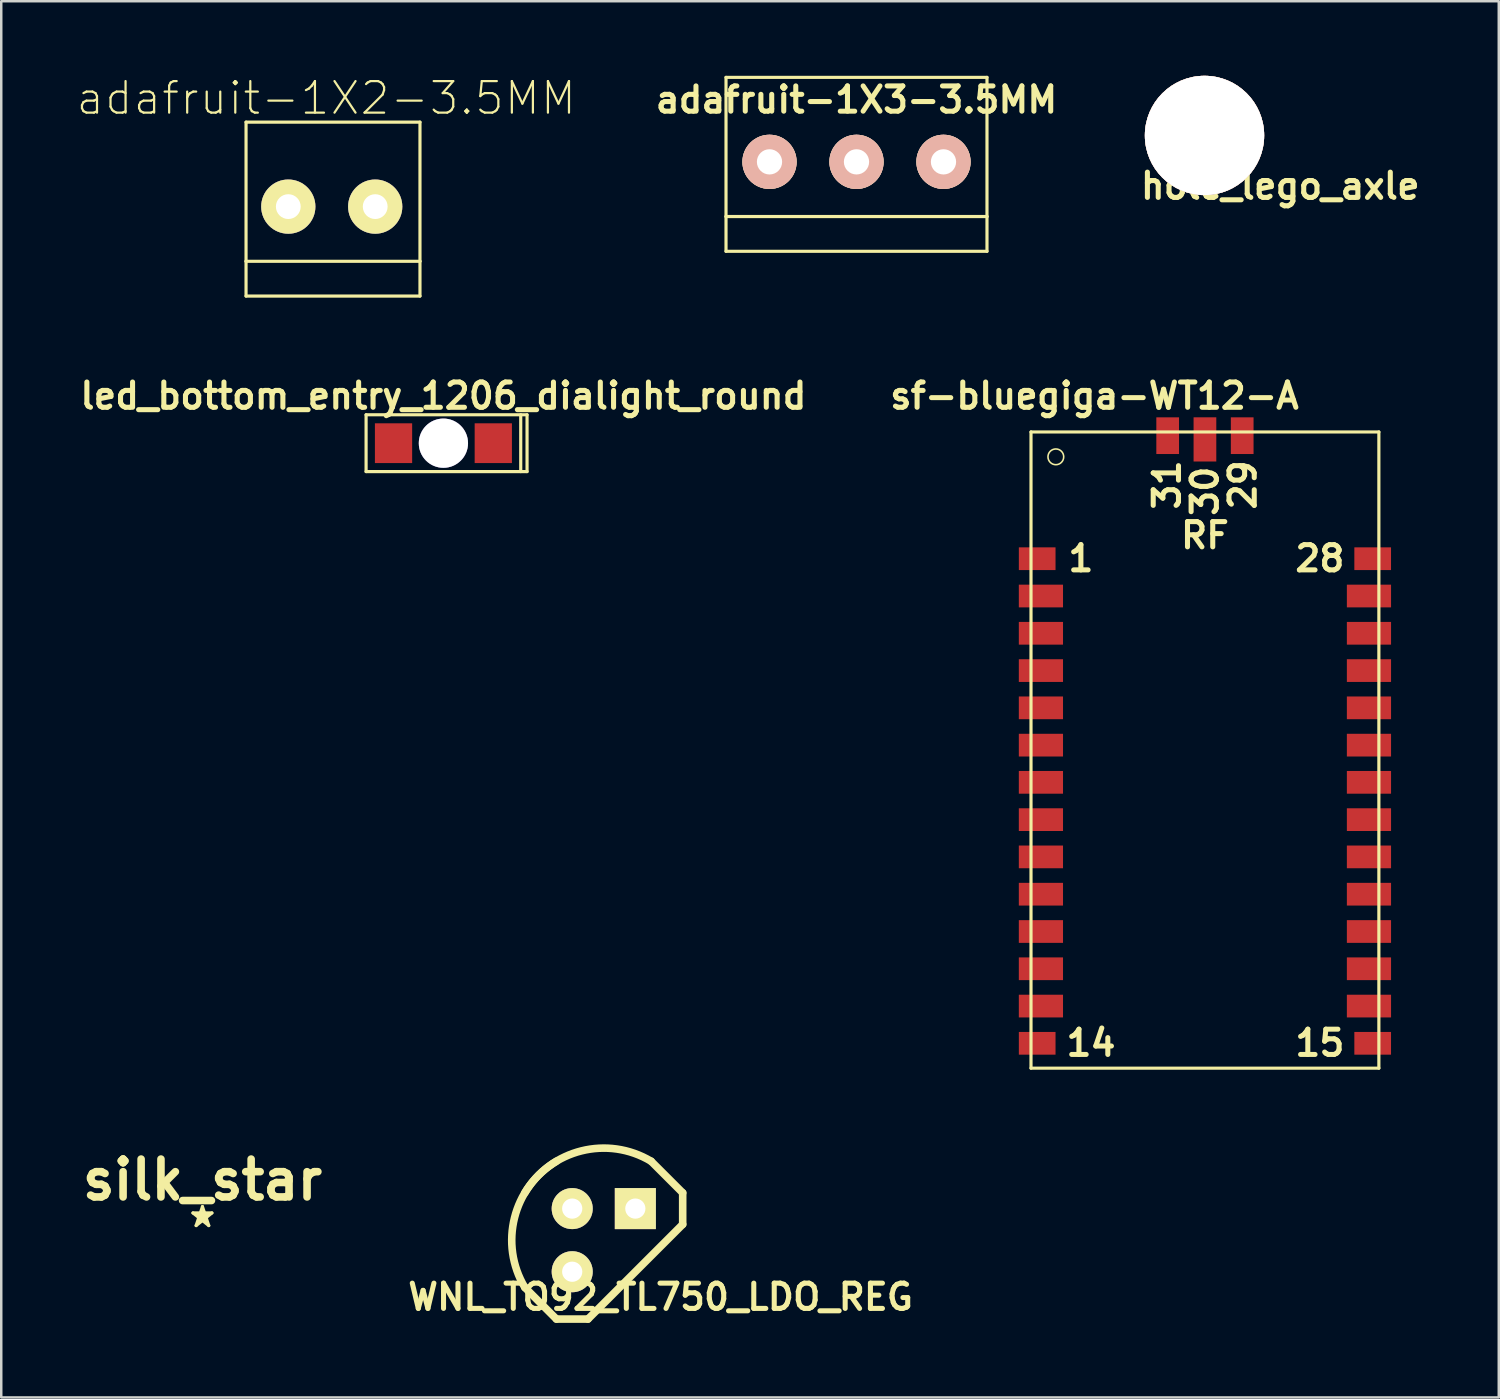
<source format=kicad_pcb>
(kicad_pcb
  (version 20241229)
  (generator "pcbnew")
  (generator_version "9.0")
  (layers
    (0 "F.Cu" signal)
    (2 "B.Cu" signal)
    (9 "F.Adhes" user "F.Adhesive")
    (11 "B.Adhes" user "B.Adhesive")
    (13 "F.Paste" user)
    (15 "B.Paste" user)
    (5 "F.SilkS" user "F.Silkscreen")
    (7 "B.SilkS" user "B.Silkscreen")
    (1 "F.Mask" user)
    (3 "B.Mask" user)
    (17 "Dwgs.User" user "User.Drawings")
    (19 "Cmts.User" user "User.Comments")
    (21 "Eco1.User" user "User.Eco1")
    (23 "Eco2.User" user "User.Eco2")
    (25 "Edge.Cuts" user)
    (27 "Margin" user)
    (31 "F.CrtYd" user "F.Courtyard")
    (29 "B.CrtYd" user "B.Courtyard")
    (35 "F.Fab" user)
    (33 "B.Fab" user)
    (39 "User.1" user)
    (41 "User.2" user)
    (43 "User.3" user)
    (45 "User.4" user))
  (footprint "led_bottom_entry_1206_dialight_round"
    (layer "F.Cu")
    (at 14.79 14.781)
    (property "Reference" "led_bottom_entry_1206_dialight_round" (at 0 -1.905 0) (layer "F.SilkS") (effects (font (size 1.016 1.016) (thickness 0.203))))
    (attr smd)
    (fp_line (start -3.111 -1.143) (end 3.365 -1.143) (stroke (width 0.127) (type solid)) (layer "F.SilkS"))
    (fp_line (start -3.111 1.143) (end -3.111 -1.143) (stroke (width 0.127) (type solid)) (layer "F.SilkS"))
    (fp_line (start 3.111 -1.143) (end 3.111 1.143) (stroke (width 0.127) (type solid)) (layer "F.SilkS"))
    (fp_line (start 3.365 -1.143) (end 3.365 1.143) (stroke (width 0.127) (type solid)) (layer "F.SilkS"))
    (fp_line (start 3.365 1.143) (end -3.111 1.143) (stroke (width 0.127) (type solid)) (layer "F.SilkS"))
    (pad "0" thru_hole circle (at 0 0) (size 1.981 1.981) (drill 1.981) (layers "B.Cu"))
    (pad "1" smd rect (at -2.007 0) (size 1.499 1.6) (layers "F.Cu" "F.Mask" "F.Paste"))
    (pad "2" smd rect (at 2.007 0) (size 1.499 1.6) (layers "F.Cu" "F.Mask" "F.Paste")))
  (footprint "WNL_TO92_TL750_LDO_REG"
    (layer "F.Cu")
    (at 21.242 46.846)
    (property "Reference" "WNL_TO92_TL750_LDO_REG" (at 2.286 2.286 0) (layer "F.SilkS") (effects (font (size 1.016 1.016) (thickness 0.203))))
    (attr through_hole)
    (fp_line (start -3.175 1.905) (end -1.905 3.175) (stroke (width 0.305) (type solid)) (layer "F.SilkS"))
    (fp_line (start -1.905 3.175) (end -0.635 3.175) (stroke (width 0.305) (type solid)) (layer "F.SilkS"))
    (fp_line (start -0.635 3.175) (end 3.175 -0.635) (stroke (width 0.305) (type solid)) (layer "F.SilkS"))
    (fp_line (start 3.175 -1.905) (end 1.905 -3.175) (stroke (width 0.305) (type solid)) (layer "F.SilkS"))
    (fp_line (start 3.175 -0.635) (end 3.175 -1.905) (stroke (width 0.305) (type solid)) (layer "F.SilkS"))
    (fp_arc (start -3.175 -1.905) (mid -0.898026 -3.592102) (end 1.905 -3.175) (stroke (width 0.3048) (type solid)) (layer "F.SilkS"))
    (fp_arc (start -3.175 1.905) (mid -3.592102 -0.898026) (end -1.905 -3.175) (stroke (width 0.3048) (type solid)) (layer "F.SilkS"))
    (pad "COM" thru_hole circle (at -1.27 -1.27) (size 1.651 1.651) (drill 0.813) (layers "*.Cu" "*.Mask" "F.SilkS"))
    (pad "VIN" thru_hole rect (at 1.27 -1.27) (size 1.651 1.651) (drill 0.813) (layers "*.Cu" "*.Mask" "F.SilkS"))
    (pad "VO" thru_hole circle (at -1.27 1.27) (size 1.651 1.651) (drill 0.813) (layers "*.Cu" "*.Mask" "F.SilkS")))
  (footprint "sf-bluegiga-WT12-A"
    (layer "F.Cu")
    (at 45.429 27.128)
    (property "Reference" "sf-bluegiga-WT12-A" (at -4.445 -14.252 0) (layer "F.SilkS") (effects (font (size 1.016 1.016) (thickness 0.203))))
    (attr smd)
    (fp_line (start -6.998 -12.799) (end 6.998 -12.799) (stroke (width 0.127) (type solid)) (layer "F.SilkS"))
    (fp_line (start -6.998 12.799) (end -6.998 -12.799) (stroke (width 0.127) (type solid)) (layer "F.SilkS"))
    (fp_line (start 6.998 -12.799) (end 6.998 12.799) (stroke (width 0.127) (type solid)) (layer "F.SilkS"))
    (fp_line (start 6.998 12.799) (end -6.998 12.799) (stroke (width 0.127) (type solid)) (layer "F.SilkS"))
    (fp_circle (center -5.999 -11.798) (end -6.223 -12.022) (stroke (width 0.064) (type solid)) (fill no) (layer "F.SilkS"))
    (fp_text user "15" (at 4.623 11.786 0) (layer "F.SilkS") (effects (font (size 1.016 1.016) (thickness 0.203))))
    (fp_text user "RF" (at 0 -8.636 0) (layer "F.SilkS") (effects (font (size 1.016 1.016) (thickness 0.203))))
    (fp_text user "14" (at -4.585 11.786 0) (layer "F.SilkS") (effects (font (size 1.016 1.016) (thickness 0.203))))
    (fp_text user "1" (at -4.991 -7.709 0) (layer "F.SilkS") (effects (font (size 1.016 1.016) (thickness 0.203))))
    (fp_text user "31" (at -1.524 -10.668 90) (layer "F.SilkS") (effects (font (size 1.016 1.016) (thickness 0.203))))
    (fp_text user "29" (at 1.524 -10.668 90) (layer "F.SilkS") (effects (font (size 1.016 1.016) (thickness 0.203))))
    (fp_text user "28" (at 4.623 -7.709 0) (layer "F.SilkS") (effects (font (size 1.016 1.016) (thickness 0.203))))
    (fp_text user "30" (at 0 -10.414 90) (layer "F.SilkS") (effects (font (size 1.016 1.016) (thickness 0.203))))
    (pad "GND1" smd rect (at -6.749 -7.699) (size 1.476 0.914) (layers "F.Cu" "F.Mask" "F.Paste"))
    (pad "GND2" smd rect (at -6.749 11.798) (size 1.476 0.914) (layers "F.Cu" "F.Mask" "F.Paste"))
    (pad "GND3" smd rect (at 6.749 11.798) (size 1.476 0.914) (layers "F.Cu" "F.Mask" "F.Paste"))
    (pad "GND4" smd rect (at 6.749 -7.699) (size 1.476 0.914) (layers "F.Cu" "F.Mask" "F.Paste"))
    (pad "MISO" smd rect (at 6.599 -0.198) (size 1.778 0.914) (layers "F.Cu" "F.Mask" "F.Paste"))
    (pad "MOSI" smd rect (at 6.599 -1.699) (size 1.778 0.914) (layers "F.Cu" "F.Mask" "F.Paste"))
    (pad "NC" smd rect (at 6.599 -6.198) (size 1.778 0.914) (layers "F.Cu" "F.Mask" "F.Paste"))
    (pad "NCSB" smd rect (at 6.599 2.799) (size 1.778 0.914) (layers "F.Cu" "F.Mask" "F.Paste"))
    (pad "NCTS" smd rect (at -6.599 5.799) (size 1.778 0.914) (layers "F.Cu" "F.Mask" "F.Paste"))
    (pad "NRTS" smd rect (at -6.599 -1.699) (size 1.778 0.914) (layers "F.Cu" "F.Mask" "F.Paste"))
    (pad "PCMC" smd rect (at -6.599 8.799) (size 1.778 0.914) (layers "F.Cu" "F.Mask" "F.Paste"))
    (pad "PCMI" smd rect (at -6.599 7.3) (size 1.778 0.914) (layers "F.Cu" "F.Mask" "F.Paste"))
    (pad "PCMO" smd rect (at -6.599 1.298) (size 1.778 0.914) (layers "F.Cu" "F.Mask" "F.Paste"))
    (pad "PCMS" smd rect (at -6.599 10.3) (size 1.778 0.914) (layers "F.Cu" "F.Mask" "F.Paste"))
    (pad "PIO2" smd rect (at -6.599 -4.699) (size 1.778 0.914) (layers "F.Cu" "F.Mask" "F.Paste"))
    (pad "PIO3" smd rect (at -6.599 -3.198) (size 1.778 0.914) (layers "F.Cu" "F.Mask" "F.Paste"))
    (pad "PIO4" smd rect (at 6.599 4.298) (size 1.778 0.914) (layers "F.Cu" "F.Mask" "F.Paste"))
    (pad "PIO5" smd rect (at 6.599 -3.198) (size 1.778 0.914) (layers "F.Cu" "F.Mask" "F.Paste"))
    (pad "PIO6" smd rect (at 6.599 7.3) (size 1.778 0.914) (layers "F.Cu" "F.Mask" "F.Paste"))
    (pad "PIO7" smd rect (at 6.599 5.799) (size 1.778 0.914) (layers "F.Cu" "F.Mask" "F.Paste"))
    (pad "RES" smd rect (at 6.599 8.799) (size 1.778 0.914) (layers "F.Cu" "F.Mask" "F.Paste"))
    (pad "RF" smd rect (at 0 -12.499) (size 0.914 1.778) (layers "F.Cu" "F.Mask" "F.Paste"))
    (pad "RFGN" smd rect (at -1.499 -12.649) (size 0.914 1.476) (layers "F.Cu" "F.Mask" "F.Paste"))
    (pad "RFGN" smd rect (at 1.499 -12.649) (size 0.914 1.476) (layers "F.Cu" "F.Mask" "F.Paste"))
    (pad "RXD" smd rect (at -6.599 -0.198) (size 1.778 0.914) (layers "F.Cu" "F.Mask" "F.Paste"))
    (pad "SCLK" smd rect (at 6.599 1.298) (size 1.778 0.914) (layers "F.Cu" "F.Mask" "F.Paste"))
    (pad "TXD" smd rect (at 6.599 -4.699) (size 1.778 0.914) (layers "F.Cu" "F.Mask" "F.Paste"))
    (pad "USB+" smd rect (at -6.599 2.799) (size 1.778 0.914) (layers "F.Cu" "F.Mask" "F.Paste"))
    (pad "USB-" smd rect (at -6.599 4.298) (size 1.778 0.914) (layers "F.Cu" "F.Mask" "F.Paste"))
    (pad "VDD1" smd rect (at -6.599 -6.198) (size 1.778 0.914) (layers "F.Cu" "F.Mask" "F.Paste"))
    (pad "VDD2" smd rect (at 6.599 10.3) (size 1.778 0.914) (layers "F.Cu" "F.Mask" "F.Paste")))
  (footprint "hole_lego_axle"
    (layer "F.Cu")
    (at 45.412 2.4)
    (property "Reference" "hole_lego_axle" (at 3.048 2.032 0) (layer "F.SilkS") (effects (font (size 1.016 1.016) (thickness 0.203))))
    (attr through_hole)
    (pad "1" thru_hole circle (at 0 0) (size 4.801 4.801) (drill 4.801) (layers "*.Cu" "*.SilkS")))
  (footprint "adafruit-1X3-3.5MM"
    (layer "F.Cu")
    (at 31.41 3.462)
    (property "Reference" "adafruit-1X3-3.5MM" (at 0 -2.499 0) (layer "F.SilkS") (effects (font (size 1.016 1.016) (thickness 0.203))))
    (attr exclude_from_pos_files exclude_from_bom)
    (fp_line (start -5.25 -3.399) (end -5.25 2.2) (stroke (width 0.127) (type solid)) (layer "F.SilkS"))
    (fp_line (start -5.25 2.2) (end -5.25 3.599) (stroke (width 0.127) (type solid)) (layer "F.SilkS"))
    (fp_line (start -5.25 2.2) (end 5.25 2.2) (stroke (width 0.127) (type solid)) (layer "F.SilkS"))
    (fp_line (start -5.25 3.599) (end 5.25 3.599) (stroke (width 0.127) (type solid)) (layer "F.SilkS"))
    (fp_line (start 5.25 -3.399) (end -5.25 -3.399) (stroke (width 0.127) (type solid)) (layer "F.SilkS"))
    (fp_line (start 5.25 2.2) (end 5.25 -3.399) (stroke (width 0.127) (type solid)) (layer "F.SilkS"))
    (fp_line (start 5.25 3.599) (end 5.25 2.2) (stroke (width 0.127) (type solid)) (layer "F.SilkS"))
    (pad "1" thru_hole circle (at -3.5 0) (size 2.182 2.182) (drill 1.016) (layers "*.Cu" "*.SilkS" "*.Mask"))
    (pad "2" thru_hole circle (at 0 0) (size 2.182 2.182) (drill 1.016) (layers "*.Cu" "*.SilkS" "*.Mask"))
    (pad "3" thru_hole circle (at 3.5 0) (size 2.182 2.182) (drill 1.016) (layers "*.Cu" "*.SilkS" "*.Mask")))
  (footprint "adafruit-1X2-3.5MM"
    (layer "F.Cu")
    (at 10.248 5.263)
    (property "Reference" "adafruit-1X2-3.5MM" (at -0.173 -4.364 180) (layer "F.SilkS") (effects (font (size 1.27 1.27) (thickness 0.089))))
    (attr exclude_from_pos_files exclude_from_bom)
    (fp_line (start -3.399 -3.399) (end -3.399 2.2) (stroke (width 0.127) (type solid)) (layer "F.SilkS"))
    (fp_line (start -3.399 2.2) (end -3.399 3.599) (stroke (width 0.127) (type solid)) (layer "F.SilkS"))
    (fp_line (start -3.399 2.2) (end 3.599 2.2) (stroke (width 0.127) (type solid)) (layer "F.SilkS"))
    (fp_line (start -3.399 3.599) (end 3.599 3.599) (stroke (width 0.127) (type solid)) (layer "F.SilkS"))
    (fp_line (start 3.599 -3.399) (end -3.399 -3.399) (stroke (width 0.127) (type solid)) (layer "F.SilkS"))
    (fp_line (start 3.599 2.2) (end 3.599 -3.399) (stroke (width 0.127) (type solid)) (layer "F.SilkS"))
    (fp_line (start 3.599 3.599) (end 3.599 2.2) (stroke (width 0.127) (type solid)) (layer "F.SilkS"))
    (pad "1" thru_hole circle (at 1.798 0) (size 2.182 2.182) (drill 0.998) (layers "*.Cu" "F.Mask" "F.SilkS" "F.Paste"))
    (pad "2" thru_hole circle (at -1.699 0) (size 2.182 2.182) (drill 0.998) (layers "*.Cu" "F.Mask" "F.SilkS" "F.Paste")))
  (footprint "silk_star"
    (layer "F.Cu")
    (at 5.095 45.878)
    (property "Reference" "silk_star" (at 0 -1.46 0) (layer "F.SilkS") (effects (font (size 1.524 1.524) (thickness 0.305))))
    (attr through_hole)
    (fp_line (start -0.381 -0.127) (end 0.381 -0.127) (stroke (width 0.127) (type solid)) (layer "F.SilkS"))
    (fp_line (start -0.254 0.381) (end 0 -0.381) (stroke (width 0.127) (type solid)) (layer "F.SilkS"))
    (fp_line (start -0.191 -0.064) (end 0.191 -0.064) (stroke (width 0.127) (type solid)) (layer "F.SilkS"))
    (fp_line (start -0.127 0.191) (end 0 -0.127) (stroke (width 0.127) (type solid)) (layer "F.SilkS"))
    (fp_line (start 0 -0.381) (end 0.254 0.381) (stroke (width 0.127) (type solid)) (layer "F.SilkS"))
    (fp_line (start 0 -0.127) (end 0.127 0.191) (stroke (width 0.127) (type solid)) (layer "F.SilkS"))
    (fp_line (start 0.127 0.191) (end -0.191 -0.064) (stroke (width 0.127) (type solid)) (layer "F.SilkS"))
    (fp_line (start 0.191 -0.064) (end -0.127 0.191) (stroke (width 0.127) (type solid)) (layer "F.SilkS"))
    (fp_line (start 0.254 0.381) (end -0.381 -0.127) (stroke (width 0.127) (type solid)) (layer "F.SilkS"))
    (fp_line (start 0.381 -0.127) (end -0.254 0.381) (stroke (width 0.127) (type solid)) (layer "F.SilkS")))
  (gr_rect
    (start -3 -3)
    (end 57.251 53.173)
    (stroke (width 0.1) (type default))
    (fill no)
    (layer "Edge.Cuts")))
</source>
